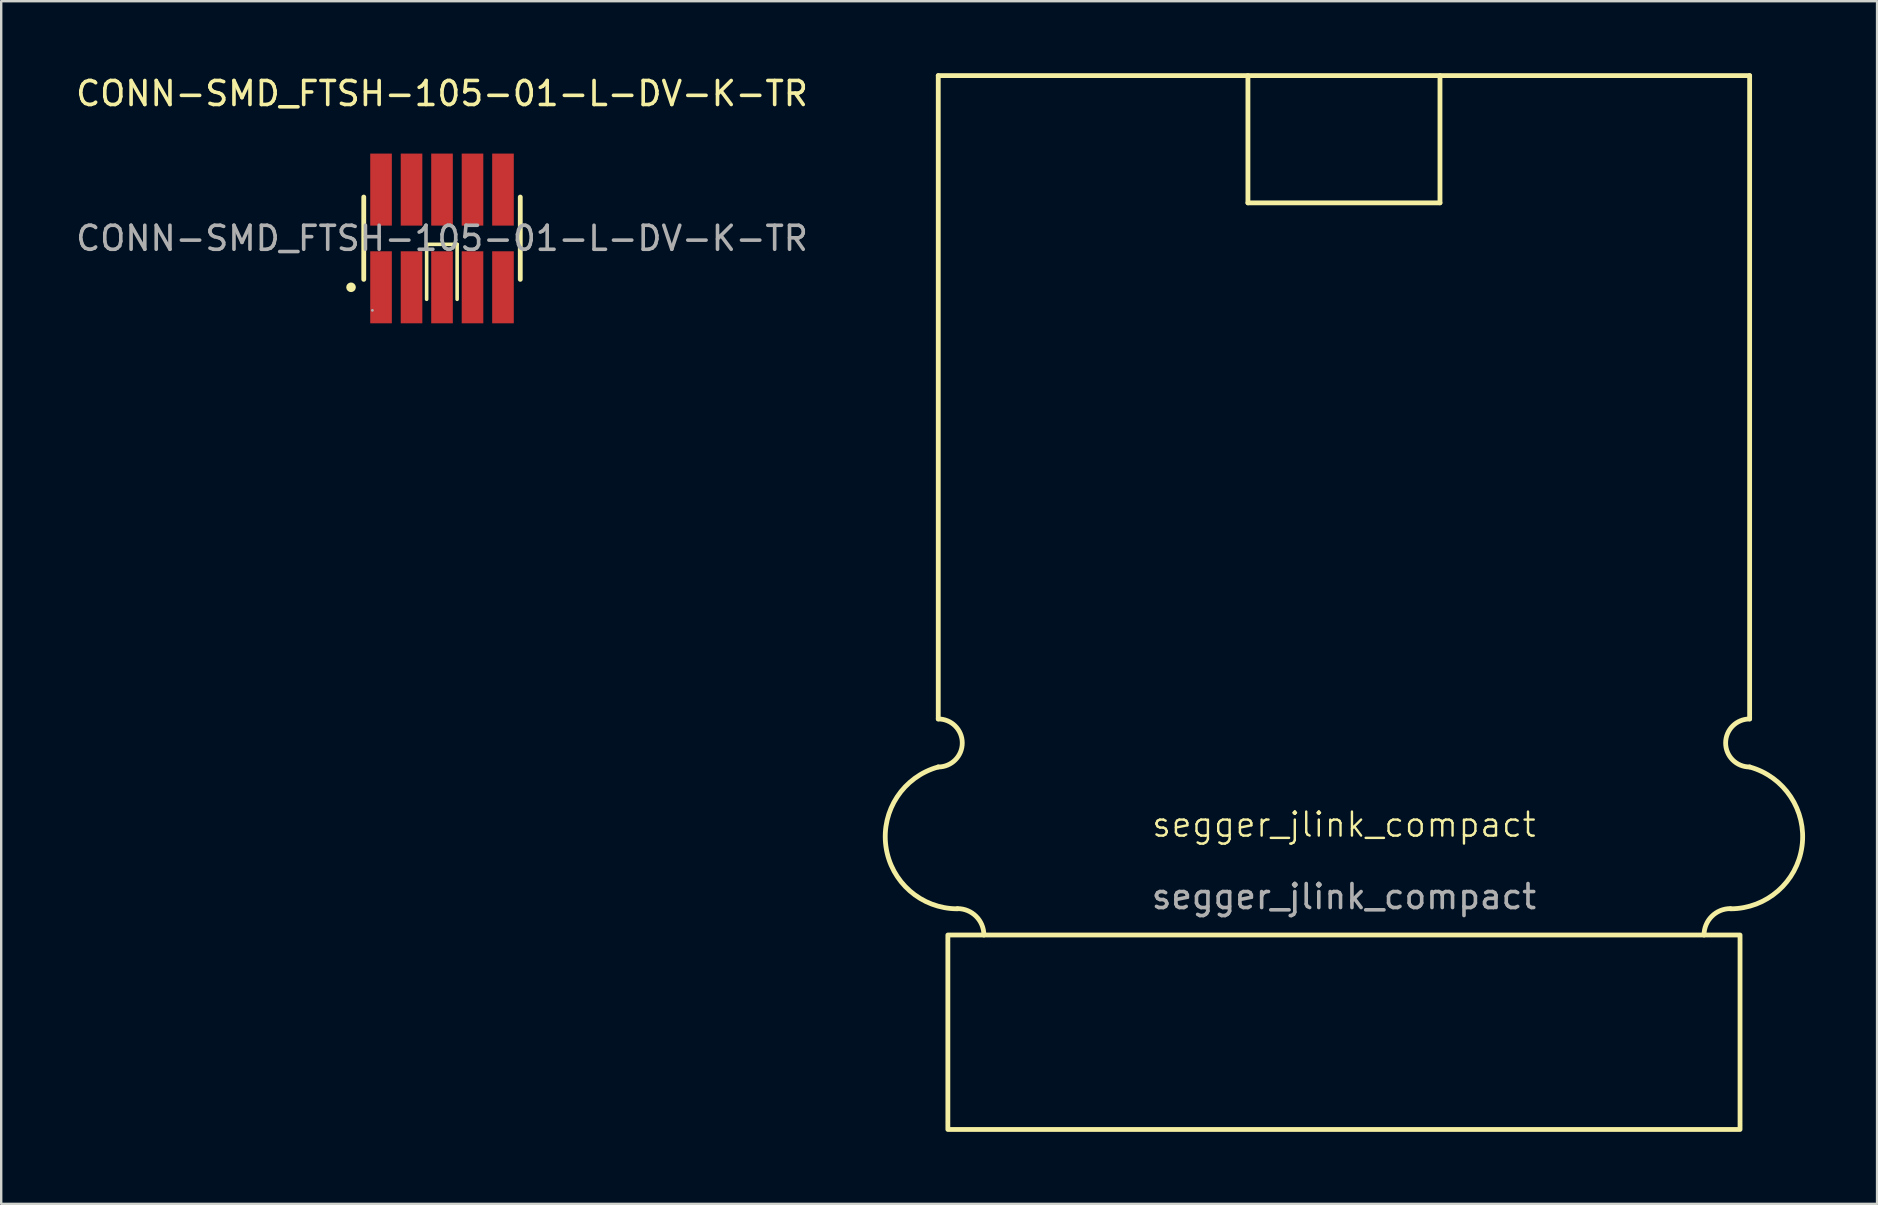
<source format=kicad_pcb>
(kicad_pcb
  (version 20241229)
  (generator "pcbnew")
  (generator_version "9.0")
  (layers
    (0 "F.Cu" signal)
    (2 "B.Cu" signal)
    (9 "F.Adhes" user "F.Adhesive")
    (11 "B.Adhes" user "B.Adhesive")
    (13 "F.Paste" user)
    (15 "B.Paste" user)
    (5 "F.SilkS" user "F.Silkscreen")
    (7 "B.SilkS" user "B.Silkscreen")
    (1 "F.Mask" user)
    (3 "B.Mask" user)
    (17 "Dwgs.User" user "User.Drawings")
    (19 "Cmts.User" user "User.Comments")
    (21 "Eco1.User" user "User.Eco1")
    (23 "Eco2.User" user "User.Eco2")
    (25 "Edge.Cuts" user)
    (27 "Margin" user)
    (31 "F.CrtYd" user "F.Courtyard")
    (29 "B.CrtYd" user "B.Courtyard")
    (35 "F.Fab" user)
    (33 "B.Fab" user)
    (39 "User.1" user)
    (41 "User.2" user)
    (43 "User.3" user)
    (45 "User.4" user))
  (footprint "CONN-SMD_FTSH-105-01-L-DV-K-TR"
    (layer "F.Cu")
    (at 15.363 6.878)
    (property "Reference" "CONN-SMD_FTSH-105-01-L-DV-K-TR" (at 0 -6.03 0) (layer "F.SilkS") (effects (font (size 1 1) (thickness 0.15))))
    (attr smd)
    (fp_line (start -3.26 1.71) (end -3.26 -1.72) (stroke (width 0.2) (type solid)) (layer "F.SilkS"))
    (fp_line (start -0.64 0.25) (end 0.63 0.25) (stroke (width 0.15) (type solid)) (layer "F.SilkS"))
    (fp_line (start -0.64 2.54) (end -0.64 0.25) (stroke (width 0.15) (type solid)) (layer "F.SilkS"))
    (fp_line (start 0.63 0.25) (end 0.63 2.54) (stroke (width 0.15) (type solid)) (layer "F.SilkS"))
    (fp_line (start 3.26 1.71) (end 3.26 -1.72) (stroke (width 0.2) (type solid)) (layer "F.SilkS"))
    (fp_arc (start -3.69 2.04) (mid -3.889875 2.044998) (end -3.6905 2.030016) (stroke (width 0.2) (type solid)) (layer "F.SilkS"))
    (fp_circle (center -2.9 3) (end -2.87 3) (stroke (width 0.06) (type solid)) (fill no) (layer "F.Fab"))
    (fp_text user "${REFERENCE}" (at 0 0 0) (layer "F.Fab") (effects (font (size 1 1) (thickness 0.15))))
    (pad "1" smd rect (at -2.54 2.04) (size 0.9 3) (layers "F.Cu" "F.Mask" "F.Paste"))
    (pad "2" smd rect (at -2.54 -2.03) (size 0.9 3) (layers "F.Cu" "F.Mask" "F.Paste"))
    (pad "3" smd rect (at -1.27 2.04) (size 0.9 3) (layers "F.Cu" "F.Mask" "F.Paste"))
    (pad "4" smd rect (at -1.27 -2.03) (size 0.9 3) (layers "F.Cu" "F.Mask" "F.Paste"))
    (pad "5" smd rect (at 0 2.04) (size 0.9 3) (layers "F.Cu" "F.Mask" "F.Paste"))
    (pad "6" smd rect (at 0 -2.03) (size 0.9 3) (layers "F.Cu" "F.Mask" "F.Paste"))
    (pad "7" smd rect (at 1.27 2.04) (size 0.9 3) (layers "F.Cu" "F.Mask" "F.Paste"))
    (pad "8" smd rect (at 1.27 -2.03) (size 0.9 3) (layers "F.Cu" "F.Mask" "F.Paste"))
    (pad "9" smd rect (at 2.54 2.04) (size 0.9 3) (layers "F.Cu" "F.Mask" "F.Paste"))
    (pad "10" smd rect (at 2.54 -2.03) (size 0.9 3) (layers "F.Cu" "F.Mask" "F.Paste")))
  (footprint "segger_jlink_compact"
    (layer "F.Cu")
    (at 52.935 35.9)
    (property "Reference" "segger_jlink_compact" (at 0 -4.6 0) (unlocked yes) (layer "F.SilkS") (effects (font (size 1 1) (thickness 0.1))))
    (attr smd)
    (fp_line (start -16.9 -35.8) (end 16.9 -35.8) (stroke (width 0.2) (type solid)) (layer "F.SilkS"))
    (fp_line (start -16.9 -9) (end -16.9 -35.8) (stroke (width 0.2) (type solid)) (layer "F.SilkS"))
    (fp_line (start -4 -30.5) (end -4 -35.8) (stroke (width 0.2) (type solid)) (layer "F.SilkS"))
    (fp_line (start -4 -30.5) (end 4 -30.5) (stroke (width 0.2) (type solid)) (layer "F.SilkS"))
    (fp_line (start 4 -30.5) (end 4 -35.8) (stroke (width 0.2) (type solid)) (layer "F.SilkS"))
    (fp_line (start 16.9 -35.8) (end 16.9 -9) (stroke (width 0.2) (type solid)) (layer "F.SilkS"))
    (fp_rect (start -16.5 0.000002) (end 16.5 8.1) (stroke (width 0.2) (type solid)) (fill no) (layer "F.SilkS"))
    (fp_arc (start -16.9 -9) (mid -15.9 -8) (end -16.9 -7) (stroke (width 0.2) (type solid)) (layer "F.SilkS"))
    (fp_arc (start -16.1 -1.1) (mid -15.322183 -0.777817) (end -15 0) (stroke (width 0.2) (type solid)) (layer "F.SilkS"))
    (fp_arc (start -16.1 -1.091678) (mid -19.081119 -3.69635) (end -16.9 -7) (stroke (width 0.2) (type solid)) (layer "F.SilkS"))
    (fp_arc (start 14.999999 0) (mid 15.322182 -0.777817) (end 16.099999 -1.1) (stroke (width 0.2) (type solid)) (layer "F.SilkS"))
    (fp_arc (start 16.899999 -7) (mid 19.081118 -3.69635) (end 16.099999 -1.091678) (stroke (width 0.2) (type solid)) (layer "F.SilkS"))
    (fp_arc (start 16.899999 -7) (mid 15.899999 -8) (end 16.899999 -9) (stroke (width 0.2) (type solid)) (layer "F.SilkS"))
    (fp_circle (center -16.1 -4.1) (end -14.6 -4.1) (stroke (width 0.2) (type solid)) (fill no) (layer "User.1"))
    (fp_circle (center 16.1 -4.1) (end 17.6 -4.1) (stroke (width 0.2) (type solid)) (fill no) (layer "User.1"))
    (fp_text user "${REFERENCE}" (at 0 -1.6 0) (unlocked yes) (layer "F.Fab") (effects (font (size 1 1) (thickness 0.15)))))
  (gr_rect
    (start -3 -3)
    (end 75.143 47.1)
    (stroke (width 0.1) (type default))
    (fill no)
    (layer "Edge.Cuts")))
</source>
